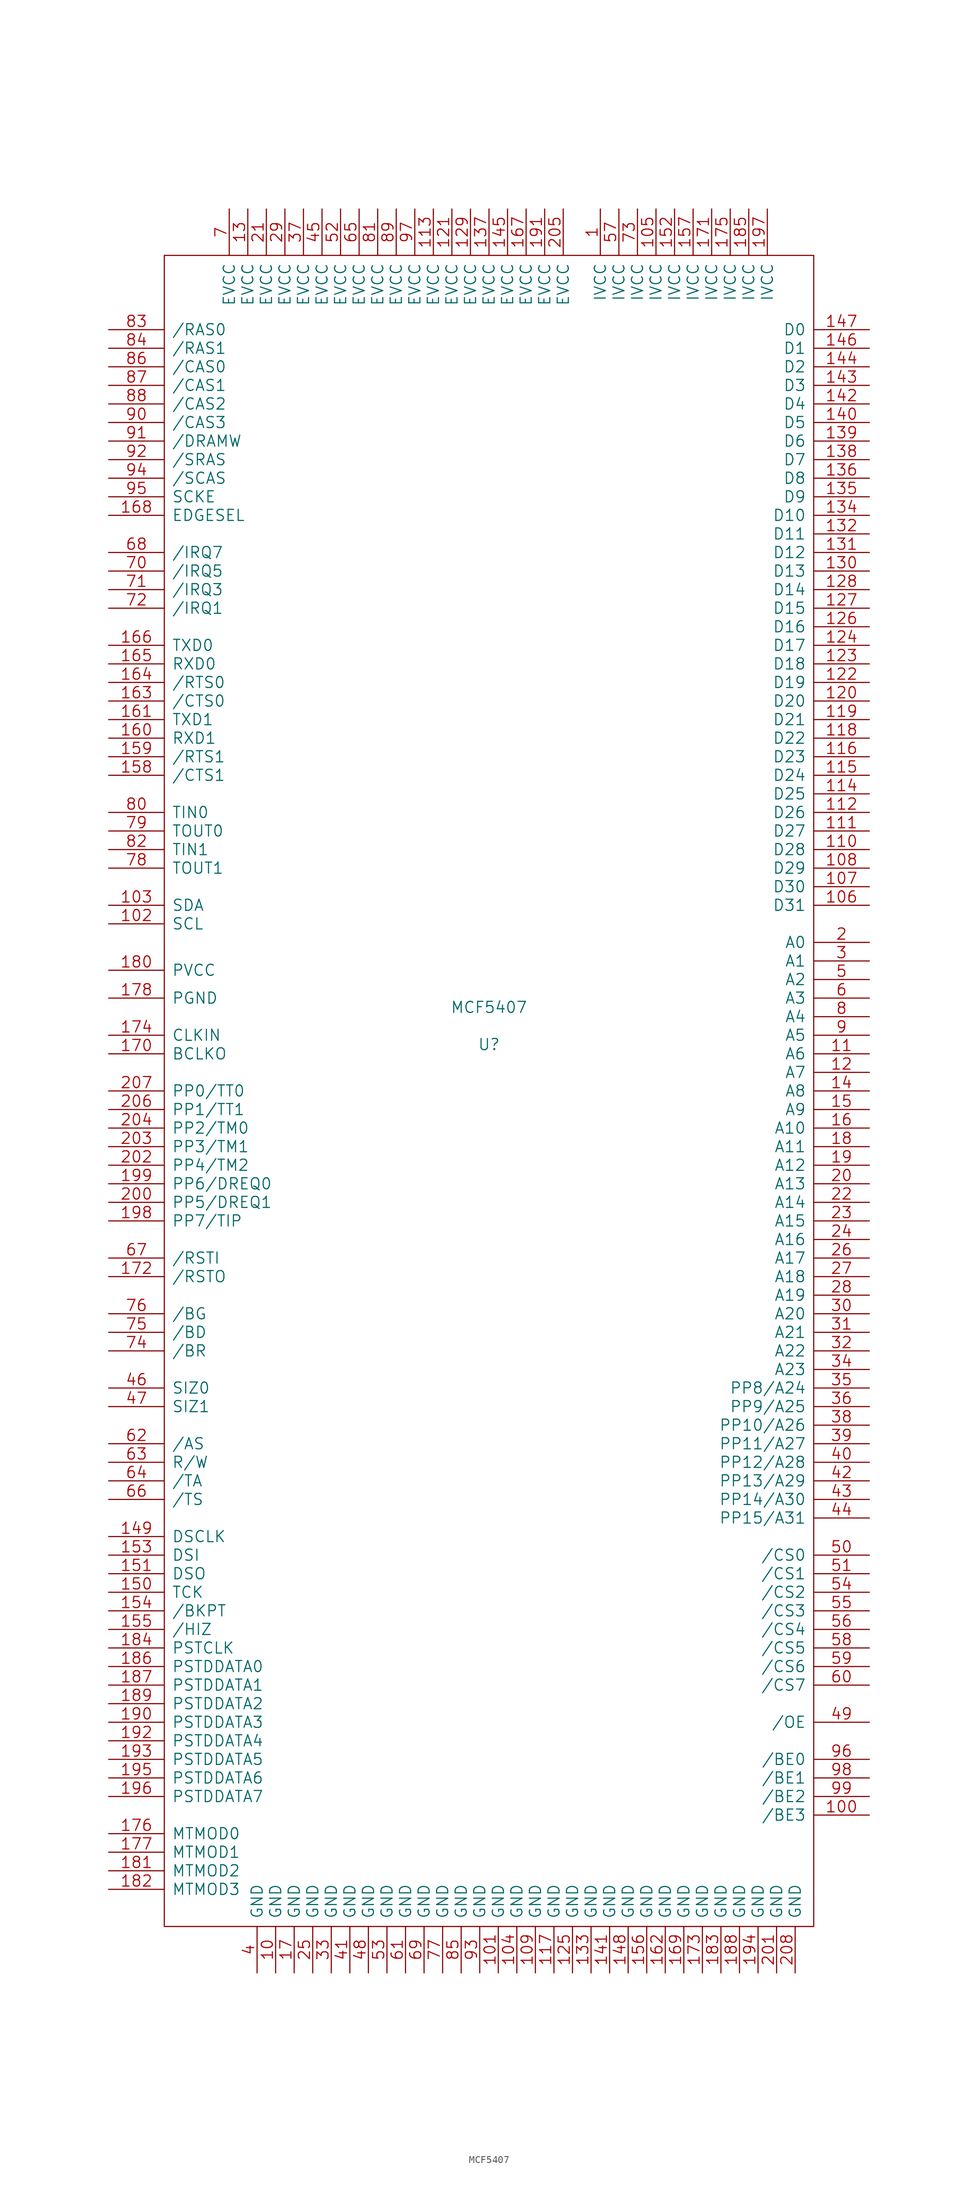
<source format=kicad_sym>
(kicad_symbol_lib
  (version 20211014)
  (generator kicad_symbol_editor)
  (symbol "MCF5407"
    (pin_names
      (offset 1.016))
    (property "Reference" "U"
      (at 0 6.35 0)
      (effects (font (size 1.524 1.524))))
    (property "Value" "MCF5407"
      (at 0 11.43 0)
      (effects (font (size 1.524 1.524))))
    (property "Footprint" ""
      (at 0 0 0)
      (effects (font (size 1.524 1.524))))
    (property "Datasheet" ""
      (at 0 0 0)
      (effects (font (size 1.524 1.524))))
    (symbol "MCF5407_0_1"
      (rectangle (start -44.45 114.3) (end 44.45 -114.3) (stroke (width 0) (type default) (color 0 0 0 0)) (fill (type none))))
    (symbol "MCF5407_1_1"
      (pin power_in line (at 15.24 120.65 270) (length 6.35) (name "IVCC" (effects (font (size 1.524 1.524)))) (number "1" (effects (font (size 1.524 1.524)))))
      (pin power_in line (at -29.21 -120.65 90) (length 6.35) (name "GND" (effects (font (size 1.524 1.524)))) (number "10" (effects (font (size 1.524 1.524)))))
      (pin bidirectional line (at 52.07 -99.06 180) (length 7.62) (name "/BE3" (effects (font (size 1.524 1.524)))) (number "100" (effects (font (size 1.524 1.524)))))
      (pin power_in line (at 1.27 -120.65 90) (length 6.35) (name "GND" (effects (font (size 1.524 1.524)))) (number "101" (effects (font (size 1.524 1.524)))))
      (pin bidirectional line (at -52.07 22.86 0) (length 7.62) (name "SCL" (effects (font (size 1.524 1.524)))) (number "102" (effects (font (size 1.524 1.524)))))
      (pin bidirectional line (at -52.07 25.4 0) (length 7.62) (name "SDA" (effects (font (size 1.524 1.524)))) (number "103" (effects (font (size 1.524 1.524)))))
      (pin power_in line (at 3.81 -120.65 90) (length 6.35) (name "GND" (effects (font (size 1.524 1.524)))) (number "104" (effects (font (size 1.524 1.524)))))
      (pin power_in line (at 22.86 120.65 270) (length 6.35) (name "IVCC" (effects (font (size 1.524 1.524)))) (number "105" (effects (font (size 1.524 1.524)))))
      (pin bidirectional line (at 52.07 25.4 180) (length 7.62) (name "D31" (effects (font (size 1.524 1.524)))) (number "106" (effects (font (size 1.524 1.524)))))
      (pin bidirectional line (at 52.07 27.94 180) (length 7.62) (name "D30" (effects (font (size 1.524 1.524)))) (number "107" (effects (font (size 1.524 1.524)))))
      (pin bidirectional line (at 52.07 30.48 180) (length 7.62) (name "D29" (effects (font (size 1.524 1.524)))) (number "108" (effects (font (size 1.524 1.524)))))
      (pin power_in line (at 6.35 -120.65 90) (length 6.35) (name "GND" (effects (font (size 1.524 1.524)))) (number "109" (effects (font (size 1.524 1.524)))))
      (pin bidirectional line (at 52.07 5.08 180) (length 7.62) (name "A6" (effects (font (size 1.524 1.524)))) (number "11" (effects (font (size 1.524 1.524)))))
      (pin bidirectional line (at 52.07 33.02 180) (length 7.62) (name "D28" (effects (font (size 1.524 1.524)))) (number "110" (effects (font (size 1.524 1.524)))))
      (pin bidirectional line (at 52.07 35.56 180) (length 7.62) (name "D27" (effects (font (size 1.524 1.524)))) (number "111" (effects (font (size 1.524 1.524)))))
      (pin bidirectional line (at 52.07 38.1 180) (length 7.62) (name "D26" (effects (font (size 1.524 1.524)))) (number "112" (effects (font (size 1.524 1.524)))))
      (pin power_in line (at -7.62 120.65 270) (length 6.35) (name "EVCC" (effects (font (size 1.524 1.524)))) (number "113" (effects (font (size 1.524 1.524)))))
      (pin bidirectional line (at 52.07 40.64 180) (length 7.62) (name "D25" (effects (font (size 1.524 1.524)))) (number "114" (effects (font (size 1.524 1.524)))))
      (pin bidirectional line (at 52.07 43.18 180) (length 7.62) (name "D24" (effects (font (size 1.524 1.524)))) (number "115" (effects (font (size 1.524 1.524)))))
      (pin bidirectional line (at 52.07 45.72 180) (length 7.62) (name "D23" (effects (font (size 1.524 1.524)))) (number "116" (effects (font (size 1.524 1.524)))))
      (pin power_in line (at 8.89 -120.65 90) (length 6.35) (name "GND" (effects (font (size 1.524 1.524)))) (number "117" (effects (font (size 1.524 1.524)))))
      (pin bidirectional line (at 52.07 48.26 180) (length 7.62) (name "D22" (effects (font (size 1.524 1.524)))) (number "118" (effects (font (size 1.524 1.524)))))
      (pin bidirectional line (at 52.07 50.8 180) (length 7.62) (name "D21" (effects (font (size 1.524 1.524)))) (number "119" (effects (font (size 1.524 1.524)))))
      (pin bidirectional line (at 52.07 2.54 180) (length 7.62) (name "A7" (effects (font (size 1.524 1.524)))) (number "12" (effects (font (size 1.524 1.524)))))
      (pin bidirectional line (at 52.07 53.34 180) (length 7.62) (name "D20" (effects (font (size 1.524 1.524)))) (number "120" (effects (font (size 1.524 1.524)))))
      (pin power_in line (at -5.08 120.65 270) (length 6.35) (name "EVCC" (effects (font (size 1.524 1.524)))) (number "121" (effects (font (size 1.524 1.524)))))
      (pin bidirectional line (at 52.07 55.88 180) (length 7.62) (name "D19" (effects (font (size 1.524 1.524)))) (number "122" (effects (font (size 1.524 1.524)))))
      (pin bidirectional line (at 52.07 58.42 180) (length 7.62) (name "D18" (effects (font (size 1.524 1.524)))) (number "123" (effects (font (size 1.524 1.524)))))
      (pin bidirectional line (at 52.07 60.96 180) (length 7.62) (name "D17" (effects (font (size 1.524 1.524)))) (number "124" (effects (font (size 1.524 1.524)))))
      (pin power_in line (at 11.43 -120.65 90) (length 6.35) (name "GND" (effects (font (size 1.524 1.524)))) (number "125" (effects (font (size 1.524 1.524)))))
      (pin bidirectional line (at 52.07 63.5 180) (length 7.62) (name "D16" (effects (font (size 1.524 1.524)))) (number "126" (effects (font (size 1.524 1.524)))))
      (pin bidirectional line (at 52.07 66.04 180) (length 7.62) (name "D15" (effects (font (size 1.524 1.524)))) (number "127" (effects (font (size 1.524 1.524)))))
      (pin bidirectional line (at 52.07 68.58 180) (length 7.62) (name "D14" (effects (font (size 1.524 1.524)))) (number "128" (effects (font (size 1.524 1.524)))))
      (pin power_in line (at -2.54 120.65 270) (length 6.35) (name "EVCC" (effects (font (size 1.524 1.524)))) (number "129" (effects (font (size 1.524 1.524)))))
      (pin power_in line (at -33.02 120.65 270) (length 6.35) (name "EVCC" (effects (font (size 1.524 1.524)))) (number "13" (effects (font (size 1.524 1.524)))))
      (pin bidirectional line (at 52.07 71.12 180) (length 7.62) (name "D13" (effects (font (size 1.524 1.524)))) (number "130" (effects (font (size 1.524 1.524)))))
      (pin bidirectional line (at 52.07 73.66 180) (length 7.62) (name "D12" (effects (font (size 1.524 1.524)))) (number "131" (effects (font (size 1.524 1.524)))))
      (pin bidirectional line (at 52.07 76.2 180) (length 7.62) (name "D11" (effects (font (size 1.524 1.524)))) (number "132" (effects (font (size 1.524 1.524)))))
      (pin power_in line (at 13.97 -120.65 90) (length 6.35) (name "GND" (effects (font (size 1.524 1.524)))) (number "133" (effects (font (size 1.524 1.524)))))
      (pin bidirectional line (at 52.07 78.74 180) (length 7.62) (name "D10" (effects (font (size 1.524 1.524)))) (number "134" (effects (font (size 1.524 1.524)))))
      (pin bidirectional line (at 52.07 81.28 180) (length 7.62) (name "D9" (effects (font (size 1.524 1.524)))) (number "135" (effects (font (size 1.524 1.524)))))
      (pin bidirectional line (at 52.07 83.82 180) (length 7.62) (name "D8" (effects (font (size 1.524 1.524)))) (number "136" (effects (font (size 1.524 1.524)))))
      (pin power_in line (at 0 120.65 270) (length 6.35) (name "EVCC" (effects (font (size 1.524 1.524)))) (number "137" (effects (font (size 1.524 1.524)))))
      (pin bidirectional line (at 52.07 86.36 180) (length 7.62) (name "D7" (effects (font (size 1.524 1.524)))) (number "138" (effects (font (size 1.524 1.524)))))
      (pin bidirectional line (at 52.07 88.9 180) (length 7.62) (name "D6" (effects (font (size 1.524 1.524)))) (number "139" (effects (font (size 1.524 1.524)))))
      (pin bidirectional line (at 52.07 0 180) (length 7.62) (name "A8" (effects (font (size 1.524 1.524)))) (number "14" (effects (font (size 1.524 1.524)))))
      (pin bidirectional line (at 52.07 91.44 180) (length 7.62) (name "D5" (effects (font (size 1.524 1.524)))) (number "140" (effects (font (size 1.524 1.524)))))
      (pin power_in line (at 16.51 -120.65 90) (length 6.35) (name "GND" (effects (font (size 1.524 1.524)))) (number "141" (effects (font (size 1.524 1.524)))))
      (pin bidirectional line (at 52.07 93.98 180) (length 7.62) (name "D4" (effects (font (size 1.524 1.524)))) (number "142" (effects (font (size 1.524 1.524)))))
      (pin bidirectional line (at 52.07 96.52 180) (length 7.62) (name "D3" (effects (font (size 1.524 1.524)))) (number "143" (effects (font (size 1.524 1.524)))))
      (pin bidirectional line (at 52.07 99.06 180) (length 7.62) (name "D2" (effects (font (size 1.524 1.524)))) (number "144" (effects (font (size 1.524 1.524)))))
      (pin power_in line (at 2.54 120.65 270) (length 6.35) (name "EVCC" (effects (font (size 1.524 1.524)))) (number "145" (effects (font (size 1.524 1.524)))))
      (pin bidirectional line (at 52.07 101.6 180) (length 7.62) (name "D1" (effects (font (size 1.524 1.524)))) (number "146" (effects (font (size 1.524 1.524)))))
      (pin bidirectional line (at 52.07 104.14 180) (length 7.62) (name "D0" (effects (font (size 1.524 1.524)))) (number "147" (effects (font (size 1.524 1.524)))))
      (pin power_in line (at 19.05 -120.65 90) (length 6.35) (name "GND" (effects (font (size 1.524 1.524)))) (number "148" (effects (font (size 1.524 1.524)))))
      (pin input line (at -52.07 -60.96 0) (length 7.62) (name "DSCLK" (effects (font (size 1.524 1.524)))) (number "149" (effects (font (size 1.524 1.524)))))
      (pin bidirectional line (at 52.07 -2.54 180) (length 7.62) (name "A9" (effects (font (size 1.524 1.524)))) (number "15" (effects (font (size 1.524 1.524)))))
      (pin input line (at -52.07 -68.58 0) (length 7.62) (name "TCK" (effects (font (size 1.524 1.524)))) (number "150" (effects (font (size 1.524 1.524)))))
      (pin output line (at -52.07 -66.04 0) (length 7.62) (name "DSO" (effects (font (size 1.524 1.524)))) (number "151" (effects (font (size 1.524 1.524)))))
      (pin power_in line (at 25.4 120.65 270) (length 6.35) (name "IVCC" (effects (font (size 1.524 1.524)))) (number "152" (effects (font (size 1.524 1.524)))))
      (pin input line (at -52.07 -63.5 0) (length 7.62) (name "DSI" (effects (font (size 1.524 1.524)))) (number "153" (effects (font (size 1.524 1.524)))))
      (pin input line (at -52.07 -71.12 0) (length 7.62) (name "/BKPT" (effects (font (size 1.524 1.524)))) (number "154" (effects (font (size 1.524 1.524)))))
      (pin input line (at -52.07 -73.66 0) (length 7.62) (name "/HIZ" (effects (font (size 1.524 1.524)))) (number "155" (effects (font (size 1.524 1.524)))))
      (pin power_in line (at 21.59 -120.65 90) (length 6.35) (name "GND" (effects (font (size 1.524 1.524)))) (number "156" (effects (font (size 1.524 1.524)))))
      (pin power_in line (at 27.94 120.65 270) (length 6.35) (name "IVCC" (effects (font (size 1.524 1.524)))) (number "157" (effects (font (size 1.524 1.524)))))
      (pin input line (at -52.07 43.18 0) (length 7.62) (name "/CTS1" (effects (font (size 1.524 1.524)))) (number "158" (effects (font (size 1.524 1.524)))))
      (pin output line (at -52.07 45.72 0) (length 7.62) (name "/RTS1" (effects (font (size 1.524 1.524)))) (number "159" (effects (font (size 1.524 1.524)))))
      (pin bidirectional line (at 52.07 -5.08 180) (length 7.62) (name "A10" (effects (font (size 1.524 1.524)))) (number "16" (effects (font (size 1.524 1.524)))))
      (pin input line (at -52.07 48.26 0) (length 7.62) (name "RXD1" (effects (font (size 1.524 1.524)))) (number "160" (effects (font (size 1.524 1.524)))))
      (pin output line (at -52.07 50.8 0) (length 7.62) (name "TXD1" (effects (font (size 1.524 1.524)))) (number "161" (effects (font (size 1.524 1.524)))))
      (pin power_in line (at 24.13 -120.65 90) (length 6.35) (name "GND" (effects (font (size 1.524 1.524)))) (number "162" (effects (font (size 1.524 1.524)))))
      (pin input line (at -52.07 53.34 0) (length 7.62) (name "/CTS0" (effects (font (size 1.524 1.524)))) (number "163" (effects (font (size 1.524 1.524)))))
      (pin output line (at -52.07 55.88 0) (length 7.62) (name "/RTS0" (effects (font (size 1.524 1.524)))) (number "164" (effects (font (size 1.524 1.524)))))
      (pin input line (at -52.07 58.42 0) (length 7.62) (name "RXD0" (effects (font (size 1.524 1.524)))) (number "165" (effects (font (size 1.524 1.524)))))
      (pin output line (at -52.07 60.96 0) (length 7.62) (name "TXD0" (effects (font (size 1.524 1.524)))) (number "166" (effects (font (size 1.524 1.524)))))
      (pin power_in line (at 5.08 120.65 270) (length 6.35) (name "EVCC" (effects (font (size 1.524 1.524)))) (number "167" (effects (font (size 1.524 1.524)))))
      (pin input line (at -52.07 78.74 0) (length 7.62) (name "EDGESEL" (effects (font (size 1.524 1.524)))) (number "168" (effects (font (size 1.524 1.524)))))
      (pin power_in line (at 26.67 -120.65 90) (length 6.35) (name "GND" (effects (font (size 1.524 1.524)))) (number "169" (effects (font (size 1.524 1.524)))))
      (pin power_in line (at -26.67 -120.65 90) (length 6.35) (name "GND" (effects (font (size 1.524 1.524)))) (number "17" (effects (font (size 1.524 1.524)))))
      (pin output line (at -52.07 5.08 0) (length 7.62) (name "BCLKO" (effects (font (size 1.524 1.524)))) (number "170" (effects (font (size 1.524 1.524)))))
      (pin power_in line (at 30.48 120.65 270) (length 6.35) (name "IVCC" (effects (font (size 1.524 1.524)))) (number "171" (effects (font (size 1.524 1.524)))))
      (pin output line (at -52.07 -25.4 0) (length 7.62) (name "/RSTO" (effects (font (size 1.524 1.524)))) (number "172" (effects (font (size 1.524 1.524)))))
      (pin power_in line (at 29.21 -120.65 90) (length 6.35) (name "GND" (effects (font (size 1.524 1.524)))) (number "173" (effects (font (size 1.524 1.524)))))
      (pin output line (at -52.07 7.62 0) (length 7.62) (name "CLKIN" (effects (font (size 1.524 1.524)))) (number "174" (effects (font (size 1.524 1.524)))))
      (pin power_in line (at 33.02 120.65 270) (length 6.35) (name "IVCC" (effects (font (size 1.524 1.524)))) (number "175" (effects (font (size 1.524 1.524)))))
      (pin input line (at -52.07 -101.6 0) (length 7.62) (name "MTMOD0" (effects (font (size 1.524 1.524)))) (number "176" (effects (font (size 1.524 1.524)))))
      (pin input line (at -52.07 -104.14 0) (length 7.62) (name "MTMOD1" (effects (font (size 1.524 1.524)))) (number "177" (effects (font (size 1.524 1.524)))))
      (pin passive line (at -52.07 12.7 0) (length 7.62) (name "PGND" (effects (font (size 1.524 1.524)))) (number "178" (effects (font (size 1.524 1.524)))))
      (pin bidirectional line (at 52.07 -7.62 180) (length 7.62) (name "A11" (effects (font (size 1.524 1.524)))) (number "18" (effects (font (size 1.524 1.524)))))
      (pin passive line (at -52.07 16.51 0) (length 7.62) (name "PVCC" (effects (font (size 1.524 1.524)))) (number "180" (effects (font (size 1.524 1.524)))))
      (pin input line (at -52.07 -106.68 0) (length 7.62) (name "MTMOD2" (effects (font (size 1.524 1.524)))) (number "181" (effects (font (size 1.524 1.524)))))
      (pin input line (at -52.07 -109.22 0) (length 7.62) (name "MTMOD3" (effects (font (size 1.524 1.524)))) (number "182" (effects (font (size 1.524 1.524)))))
      (pin power_in line (at 31.75 -120.65 90) (length 6.35) (name "GND" (effects (font (size 1.524 1.524)))) (number "183" (effects (font (size 1.524 1.524)))))
      (pin output line (at -52.07 -76.2 0) (length 7.62) (name "PSTCLK" (effects (font (size 1.524 1.524)))) (number "184" (effects (font (size 1.524 1.524)))))
      (pin power_in line (at 35.56 120.65 270) (length 6.35) (name "IVCC" (effects (font (size 1.524 1.524)))) (number "185" (effects (font (size 1.524 1.524)))))
      (pin output line (at -52.07 -78.74 0) (length 7.62) (name "PSTDDATA0" (effects (font (size 1.524 1.524)))) (number "186" (effects (font (size 1.524 1.524)))))
      (pin output line (at -52.07 -81.28 0) (length 7.62) (name "PSTDDATA1" (effects (font (size 1.524 1.524)))) (number "187" (effects (font (size 1.524 1.524)))))
      (pin passive line (at 34.29 -120.65 90) (length 6.35) (name "GND" (effects (font (size 1.524 1.524)))) (number "188" (effects (font (size 1.524 1.524)))))
      (pin output line (at -52.07 -83.82 0) (length 7.62) (name "PSTDDATA2" (effects (font (size 1.524 1.524)))) (number "189" (effects (font (size 1.524 1.524)))))
      (pin bidirectional line (at 52.07 -10.16 180) (length 7.62) (name "A12" (effects (font (size 1.524 1.524)))) (number "19" (effects (font (size 1.524 1.524)))))
      (pin output line (at -52.07 -86.36 0) (length 7.62) (name "PSTDDATA3" (effects (font (size 1.524 1.524)))) (number "190" (effects (font (size 1.524 1.524)))))
      (pin power_in line (at 7.62 120.65 270) (length 6.35) (name "EVCC" (effects (font (size 1.524 1.524)))) (number "191" (effects (font (size 1.524 1.524)))))
      (pin output line (at -52.07 -88.9 0) (length 7.62) (name "PSTDDATA4" (effects (font (size 1.524 1.524)))) (number "192" (effects (font (size 1.524 1.524)))))
      (pin output line (at -52.07 -91.44 0) (length 7.62) (name "PSTDDATA5" (effects (font (size 1.524 1.524)))) (number "193" (effects (font (size 1.524 1.524)))))
      (pin power_in line (at 36.83 -120.65 90) (length 6.35) (name "GND" (effects (font (size 1.524 1.524)))) (number "194" (effects (font (size 1.524 1.524)))))
      (pin output line (at -52.07 -93.98 0) (length 7.62) (name "PSTDDATA6" (effects (font (size 1.524 1.524)))) (number "195" (effects (font (size 1.524 1.524)))))
      (pin output line (at -52.07 -96.52 0) (length 7.62) (name "PSTDDATA7" (effects (font (size 1.524 1.524)))) (number "196" (effects (font (size 1.524 1.524)))))
      (pin power_in line (at 38.1 120.65 270) (length 6.35) (name "IVCC" (effects (font (size 1.524 1.524)))) (number "197" (effects (font (size 1.524 1.524)))))
      (pin bidirectional line (at -52.07 -17.78 0) (length 7.62) (name "PP7/TIP" (effects (font (size 1.524 1.524)))) (number "198" (effects (font (size 1.524 1.524)))))
      (pin bidirectional line (at -52.07 -12.7 0) (length 7.62) (name "PP6/DREQ0" (effects (font (size 1.524 1.524)))) (number "199" (effects (font (size 1.524 1.524)))))
      (pin bidirectional line (at 52.07 20.32 180) (length 7.62) (name "A0" (effects (font (size 1.524 1.524)))) (number "2" (effects (font (size 1.524 1.524)))))
      (pin bidirectional line (at 52.07 -12.7 180) (length 7.62) (name "A13" (effects (font (size 1.524 1.524)))) (number "20" (effects (font (size 1.524 1.524)))))
      (pin bidirectional line (at -52.07 -15.24 0) (length 7.62) (name "PP5/DREQ1" (effects (font (size 1.524 1.524)))) (number "200" (effects (font (size 1.524 1.524)))))
      (pin power_in line (at 39.37 -120.65 90) (length 6.35) (name "GND" (effects (font (size 1.524 1.524)))) (number "201" (effects (font (size 1.524 1.524)))))
      (pin bidirectional line (at -52.07 -10.16 0) (length 7.62) (name "PP4/TM2" (effects (font (size 1.524 1.524)))) (number "202" (effects (font (size 1.524 1.524)))))
      (pin bidirectional line (at -52.07 -7.62 0) (length 7.62) (name "PP3/TM1" (effects (font (size 1.524 1.524)))) (number "203" (effects (font (size 1.524 1.524)))))
      (pin bidirectional line (at -52.07 -5.08 0) (length 7.62) (name "PP2/TM0" (effects (font (size 1.524 1.524)))) (number "204" (effects (font (size 1.524 1.524)))))
      (pin power_in line (at 10.16 120.65 270) (length 6.35) (name "EVCC" (effects (font (size 1.524 1.524)))) (number "205" (effects (font (size 1.524 1.524)))))
      (pin bidirectional line (at -52.07 -2.54 0) (length 7.62) (name "PP1/TT1" (effects (font (size 1.524 1.524)))) (number "206" (effects (font (size 1.524 1.524)))))
      (pin bidirectional line (at -52.07 0 0) (length 7.62) (name "PP0/TT0" (effects (font (size 1.524 1.524)))) (number "207" (effects (font (size 1.524 1.524)))))
      (pin power_in line (at 41.91 -120.65 90) (length 6.35) (name "GND" (effects (font (size 1.524 1.524)))) (number "208" (effects (font (size 1.524 1.524)))))
      (pin power_in line (at -30.48 120.65 270) (length 6.35) (name "EVCC" (effects (font (size 1.524 1.524)))) (number "21" (effects (font (size 1.524 1.524)))))
      (pin bidirectional line (at 52.07 -15.24 180) (length 7.62) (name "A14" (effects (font (size 1.524 1.524)))) (number "22" (effects (font (size 1.524 1.524)))))
      (pin bidirectional line (at 52.07 -17.78 180) (length 7.62) (name "A15" (effects (font (size 1.524 1.524)))) (number "23" (effects (font (size 1.524 1.524)))))
      (pin bidirectional line (at 52.07 -20.32 180) (length 7.62) (name "A16" (effects (font (size 1.524 1.524)))) (number "24" (effects (font (size 1.524 1.524)))))
      (pin power_in line (at -24.13 -120.65 90) (length 6.35) (name "GND" (effects (font (size 1.524 1.524)))) (number "25" (effects (font (size 1.524 1.524)))))
      (pin bidirectional line (at 52.07 -22.86 180) (length 7.62) (name "A17" (effects (font (size 1.524 1.524)))) (number "26" (effects (font (size 1.524 1.524)))))
      (pin bidirectional line (at 52.07 -25.4 180) (length 7.62) (name "A18" (effects (font (size 1.524 1.524)))) (number "27" (effects (font (size 1.524 1.524)))))
      (pin bidirectional line (at 52.07 -27.94 180) (length 7.62) (name "A19" (effects (font (size 1.524 1.524)))) (number "28" (effects (font (size 1.524 1.524)))))
      (pin power_in line (at -27.94 120.65 270) (length 6.35) (name "EVCC" (effects (font (size 1.524 1.524)))) (number "29" (effects (font (size 1.524 1.524)))))
      (pin bidirectional line (at 52.07 17.78 180) (length 7.62) (name "A1" (effects (font (size 1.524 1.524)))) (number "3" (effects (font (size 1.524 1.524)))))
      (pin bidirectional line (at 52.07 -30.48 180) (length 7.62) (name "A20" (effects (font (size 1.524 1.524)))) (number "30" (effects (font (size 1.524 1.524)))))
      (pin bidirectional line (at 52.07 -33.02 180) (length 7.62) (name "A21" (effects (font (size 1.524 1.524)))) (number "31" (effects (font (size 1.524 1.524)))))
      (pin bidirectional line (at 52.07 -35.56 180) (length 7.62) (name "A22" (effects (font (size 1.524 1.524)))) (number "32" (effects (font (size 1.524 1.524)))))
      (pin power_in line (at -21.59 -120.65 90) (length 6.35) (name "GND" (effects (font (size 1.524 1.524)))) (number "33" (effects (font (size 1.524 1.524)))))
      (pin bidirectional line (at 52.07 -38.1 180) (length 7.62) (name "A23" (effects (font (size 1.524 1.524)))) (number "34" (effects (font (size 1.524 1.524)))))
      (pin bidirectional line (at 52.07 -40.64 180) (length 7.62) (name "PP8/A24" (effects (font (size 1.524 1.524)))) (number "35" (effects (font (size 1.524 1.524)))))
      (pin bidirectional line (at 52.07 -43.18 180) (length 7.62) (name "PP9/A25" (effects (font (size 1.524 1.524)))) (number "36" (effects (font (size 1.524 1.524)))))
      (pin power_in line (at -25.4 120.65 270) (length 6.35) (name "EVCC" (effects (font (size 1.524 1.524)))) (number "37" (effects (font (size 1.524 1.524)))))
      (pin bidirectional line (at 52.07 -45.72 180) (length 7.62) (name "PP10/A26" (effects (font (size 1.524 1.524)))) (number "38" (effects (font (size 1.524 1.524)))))
      (pin bidirectional line (at 52.07 -48.26 180) (length 7.62) (name "PP11/A27" (effects (font (size 1.524 1.524)))) (number "39" (effects (font (size 1.524 1.524)))))
      (pin power_in line (at -31.75 -120.65 90) (length 6.35) (name "GND" (effects (font (size 1.524 1.524)))) (number "4" (effects (font (size 1.524 1.524)))))
      (pin bidirectional line (at 52.07 -50.8 180) (length 7.62) (name "PP12/A28" (effects (font (size 1.524 1.524)))) (number "40" (effects (font (size 1.524 1.524)))))
      (pin power_in line (at -19.05 -120.65 90) (length 6.35) (name "GND" (effects (font (size 1.524 1.524)))) (number "41" (effects (font (size 1.524 1.524)))))
      (pin bidirectional line (at 52.07 -53.34 180) (length 7.62) (name "PP13/A29" (effects (font (size 1.524 1.524)))) (number "42" (effects (font (size 1.524 1.524)))))
      (pin bidirectional line (at 52.07 -55.88 180) (length 7.62) (name "PP14/A30" (effects (font (size 1.524 1.524)))) (number "43" (effects (font (size 1.524 1.524)))))
      (pin bidirectional line (at 52.07 -58.42 180) (length 7.62) (name "PP15/A31" (effects (font (size 1.524 1.524)))) (number "44" (effects (font (size 1.524 1.524)))))
      (pin power_in line (at -22.86 120.65 270) (length 6.35) (name "EVCC" (effects (font (size 1.524 1.524)))) (number "45" (effects (font (size 1.524 1.524)))))
      (pin bidirectional line (at -52.07 -40.64 0) (length 7.62) (name "SIZ0" (effects (font (size 1.524 1.524)))) (number "46" (effects (font (size 1.524 1.524)))))
      (pin bidirectional line (at -52.07 -43.18 0) (length 7.62) (name "SIZ1" (effects (font (size 1.524 1.524)))) (number "47" (effects (font (size 1.524 1.524)))))
      (pin power_in line (at -16.51 -120.65 90) (length 6.35) (name "GND" (effects (font (size 1.524 1.524)))) (number "48" (effects (font (size 1.524 1.524)))))
      (pin output line (at 52.07 -86.36 180) (length 7.62) (name "/OE" (effects (font (size 1.524 1.524)))) (number "49" (effects (font (size 1.524 1.524)))))
      (pin bidirectional line (at 52.07 15.24 180) (length 7.62) (name "A2" (effects (font (size 1.524 1.524)))) (number "5" (effects (font (size 1.524 1.524)))))
      (pin output line (at 52.07 -63.5 180) (length 7.62) (name "/CS0" (effects (font (size 1.524 1.524)))) (number "50" (effects (font (size 1.524 1.524)))))
      (pin output line (at 52.07 -66.04 180) (length 7.62) (name "/CS1" (effects (font (size 1.524 1.524)))) (number "51" (effects (font (size 1.524 1.524)))))
      (pin power_in line (at -20.32 120.65 270) (length 6.35) (name "EVCC" (effects (font (size 1.524 1.524)))) (number "52" (effects (font (size 1.524 1.524)))))
      (pin power_in line (at -13.97 -120.65 90) (length 6.35) (name "GND" (effects (font (size 1.524 1.524)))) (number "53" (effects (font (size 1.524 1.524)))))
      (pin output line (at 52.07 -68.58 180) (length 7.62) (name "/CS2" (effects (font (size 1.524 1.524)))) (number "54" (effects (font (size 1.524 1.524)))))
      (pin output line (at 52.07 -71.12 180) (length 7.62) (name "/CS3" (effects (font (size 1.524 1.524)))) (number "55" (effects (font (size 1.524 1.524)))))
      (pin output line (at 52.07 -73.66 180) (length 7.62) (name "/CS4" (effects (font (size 1.524 1.524)))) (number "56" (effects (font (size 1.524 1.524)))))
      (pin power_in line (at 17.78 120.65 270) (length 6.35) (name "IVCC" (effects (font (size 1.524 1.524)))) (number "57" (effects (font (size 1.524 1.524)))))
      (pin output line (at 52.07 -76.2 180) (length 7.62) (name "/CS5" (effects (font (size 1.524 1.524)))) (number "58" (effects (font (size 1.524 1.524)))))
      (pin output line (at 52.07 -78.74 180) (length 7.62) (name "/CS6" (effects (font (size 1.524 1.524)))) (number "59" (effects (font (size 1.524 1.524)))))
      (pin bidirectional line (at 52.07 12.7 180) (length 7.62) (name "A3" (effects (font (size 1.524 1.524)))) (number "6" (effects (font (size 1.524 1.524)))))
      (pin output line (at 52.07 -81.28 180) (length 7.62) (name "/CS7" (effects (font (size 1.524 1.524)))) (number "60" (effects (font (size 1.524 1.524)))))
      (pin power_in line (at -11.43 -120.65 90) (length 6.35) (name "GND" (effects (font (size 1.524 1.524)))) (number "61" (effects (font (size 1.524 1.524)))))
      (pin bidirectional line (at -52.07 -48.26 0) (length 7.62) (name "/AS" (effects (font (size 1.524 1.524)))) (number "62" (effects (font (size 1.524 1.524)))))
      (pin bidirectional line (at -52.07 -50.8 0) (length 7.62) (name "R/W" (effects (font (size 1.524 1.524)))) (number "63" (effects (font (size 1.524 1.524)))))
      (pin bidirectional line (at -52.07 -53.34 0) (length 7.62) (name "/TA" (effects (font (size 1.524 1.524)))) (number "64" (effects (font (size 1.524 1.524)))))
      (pin power_in line (at -17.78 120.65 270) (length 6.35) (name "EVCC" (effects (font (size 1.524 1.524)))) (number "65" (effects (font (size 1.524 1.524)))))
      (pin bidirectional line (at -52.07 -55.88 0) (length 7.62) (name "/TS" (effects (font (size 1.524 1.524)))) (number "66" (effects (font (size 1.524 1.524)))))
      (pin input line (at -52.07 -22.86 0) (length 7.62) (name "/RSTI" (effects (font (size 1.524 1.524)))) (number "67" (effects (font (size 1.524 1.524)))))
      (pin input line (at -52.07 73.66 0) (length 7.62) (name "/IRQ7" (effects (font (size 1.524 1.524)))) (number "68" (effects (font (size 1.524 1.524)))))
      (pin power_in line (at -8.89 -120.65 90) (length 6.35) (name "GND" (effects (font (size 1.524 1.524)))) (number "69" (effects (font (size 1.524 1.524)))))
      (pin power_in line (at -35.56 120.65 270) (length 6.35) (name "EVCC" (effects (font (size 1.524 1.524)))) (number "7" (effects (font (size 1.524 1.524)))))
      (pin input line (at -52.07 71.12 0) (length 7.62) (name "/IRQ5" (effects (font (size 1.524 1.524)))) (number "70" (effects (font (size 1.524 1.524)))))
      (pin input line (at -52.07 68.58 0) (length 7.62) (name "/IRQ3" (effects (font (size 1.524 1.524)))) (number "71" (effects (font (size 1.524 1.524)))))
      (pin input line (at -52.07 66.04 0) (length 7.62) (name "/IRQ1" (effects (font (size 1.524 1.524)))) (number "72" (effects (font (size 1.524 1.524)))))
      (pin power_in line (at 20.32 120.65 270) (length 6.35) (name "IVCC" (effects (font (size 1.524 1.524)))) (number "73" (effects (font (size 1.524 1.524)))))
      (pin output line (at -52.07 -35.56 0) (length 7.62) (name "/BR" (effects (font (size 1.524 1.524)))) (number "74" (effects (font (size 1.524 1.524)))))
      (pin output line (at -52.07 -33.02 0) (length 7.62) (name "/BD" (effects (font (size 1.524 1.524)))) (number "75" (effects (font (size 1.524 1.524)))))
      (pin input line (at -52.07 -30.48 0) (length 7.62) (name "/BG" (effects (font (size 1.524 1.524)))) (number "76" (effects (font (size 1.524 1.524)))))
      (pin power_in line (at -6.35 -120.65 90) (length 6.35) (name "GND" (effects (font (size 1.524 1.524)))) (number "77" (effects (font (size 1.524 1.524)))))
      (pin output line (at -52.07 30.48 0) (length 7.62) (name "TOUT1" (effects (font (size 1.524 1.524)))) (number "78" (effects (font (size 1.524 1.524)))))
      (pin output line (at -52.07 35.56 0) (length 7.62) (name "TOUT0" (effects (font (size 1.524 1.524)))) (number "79" (effects (font (size 1.524 1.524)))))
      (pin bidirectional line (at 52.07 10.16 180) (length 7.62) (name "A4" (effects (font (size 1.524 1.524)))) (number "8" (effects (font (size 1.524 1.524)))))
      (pin input line (at -52.07 38.1 0) (length 7.62) (name "TIN0" (effects (font (size 1.524 1.524)))) (number "80" (effects (font (size 1.524 1.524)))))
      (pin power_in line (at -15.24 120.65 270) (length 6.35) (name "EVCC" (effects (font (size 1.524 1.524)))) (number "81" (effects (font (size 1.524 1.524)))))
      (pin input line (at -52.07 33.02 0) (length 7.62) (name "TIN1" (effects (font (size 1.524 1.524)))) (number "82" (effects (font (size 1.524 1.524)))))
      (pin output line (at -52.07 104.14 0) (length 7.62) (name "/RAS0" (effects (font (size 1.524 1.524)))) (number "83" (effects (font (size 1.524 1.524)))))
      (pin output line (at -52.07 101.6 0) (length 7.62) (name "/RAS1" (effects (font (size 1.524 1.524)))) (number "84" (effects (font (size 1.524 1.524)))))
      (pin power_in line (at -3.81 -120.65 90) (length 6.35) (name "GND" (effects (font (size 1.524 1.524)))) (number "85" (effects (font (size 1.524 1.524)))))
      (pin output line (at -52.07 99.06 0) (length 7.62) (name "/CAS0" (effects (font (size 1.524 1.524)))) (number "86" (effects (font (size 1.524 1.524)))))
      (pin output line (at -52.07 96.52 0) (length 7.62) (name "/CAS1" (effects (font (size 1.524 1.524)))) (number "87" (effects (font (size 1.524 1.524)))))
      (pin output line (at -52.07 93.98 0) (length 7.62) (name "/CAS2" (effects (font (size 1.524 1.524)))) (number "88" (effects (font (size 1.524 1.524)))))
      (pin power_in line (at -12.7 120.65 270) (length 6.35) (name "EVCC" (effects (font (size 1.524 1.524)))) (number "89" (effects (font (size 1.524 1.524)))))
      (pin bidirectional line (at 52.07 7.62 180) (length 7.62) (name "A5" (effects (font (size 1.524 1.524)))) (number "9" (effects (font (size 1.524 1.524)))))
      (pin output line (at -52.07 91.44 0) (length 7.62) (name "/CAS3" (effects (font (size 1.524 1.524)))) (number "90" (effects (font (size 1.524 1.524)))))
      (pin output line (at -52.07 88.9 0) (length 7.62) (name "/DRAMW" (effects (font (size 1.524 1.524)))) (number "91" (effects (font (size 1.524 1.524)))))
      (pin output line (at -52.07 86.36 0) (length 7.62) (name "/SRAS" (effects (font (size 1.524 1.524)))) (number "92" (effects (font (size 1.524 1.524)))))
      (pin power_in line (at -1.27 -120.65 90) (length 6.35) (name "GND" (effects (font (size 1.524 1.524)))) (number "93" (effects (font (size 1.524 1.524)))))
      (pin output line (at -52.07 83.82 0) (length 7.62) (name "/SCAS" (effects (font (size 1.524 1.524)))) (number "94" (effects (font (size 1.524 1.524)))))
      (pin output line (at -52.07 81.28 0) (length 7.62) (name "SCKE" (effects (font (size 1.524 1.524)))) (number "95" (effects (font (size 1.524 1.524)))))
      (pin bidirectional line (at 52.07 -91.44 180) (length 7.62) (name "/BE0" (effects (font (size 1.524 1.524)))) (number "96" (effects (font (size 1.524 1.524)))))
      (pin power_in line (at -10.16 120.65 270) (length 6.35) (name "EVCC" (effects (font (size 1.524 1.524)))) (number "97" (effects (font (size 1.524 1.524)))))
      (pin bidirectional line (at 52.07 -93.98 180) (length 7.62) (name "/BE1" (effects (font (size 1.524 1.524)))) (number "98" (effects (font (size 1.524 1.524)))))
      (pin bidirectional line (at 52.07 -96.52 180) (length 7.62) (name "/BE2" (effects (font (size 1.524 1.524)))) (number "99" (effects (font (size 1.524 1.524))))))))
</source>
